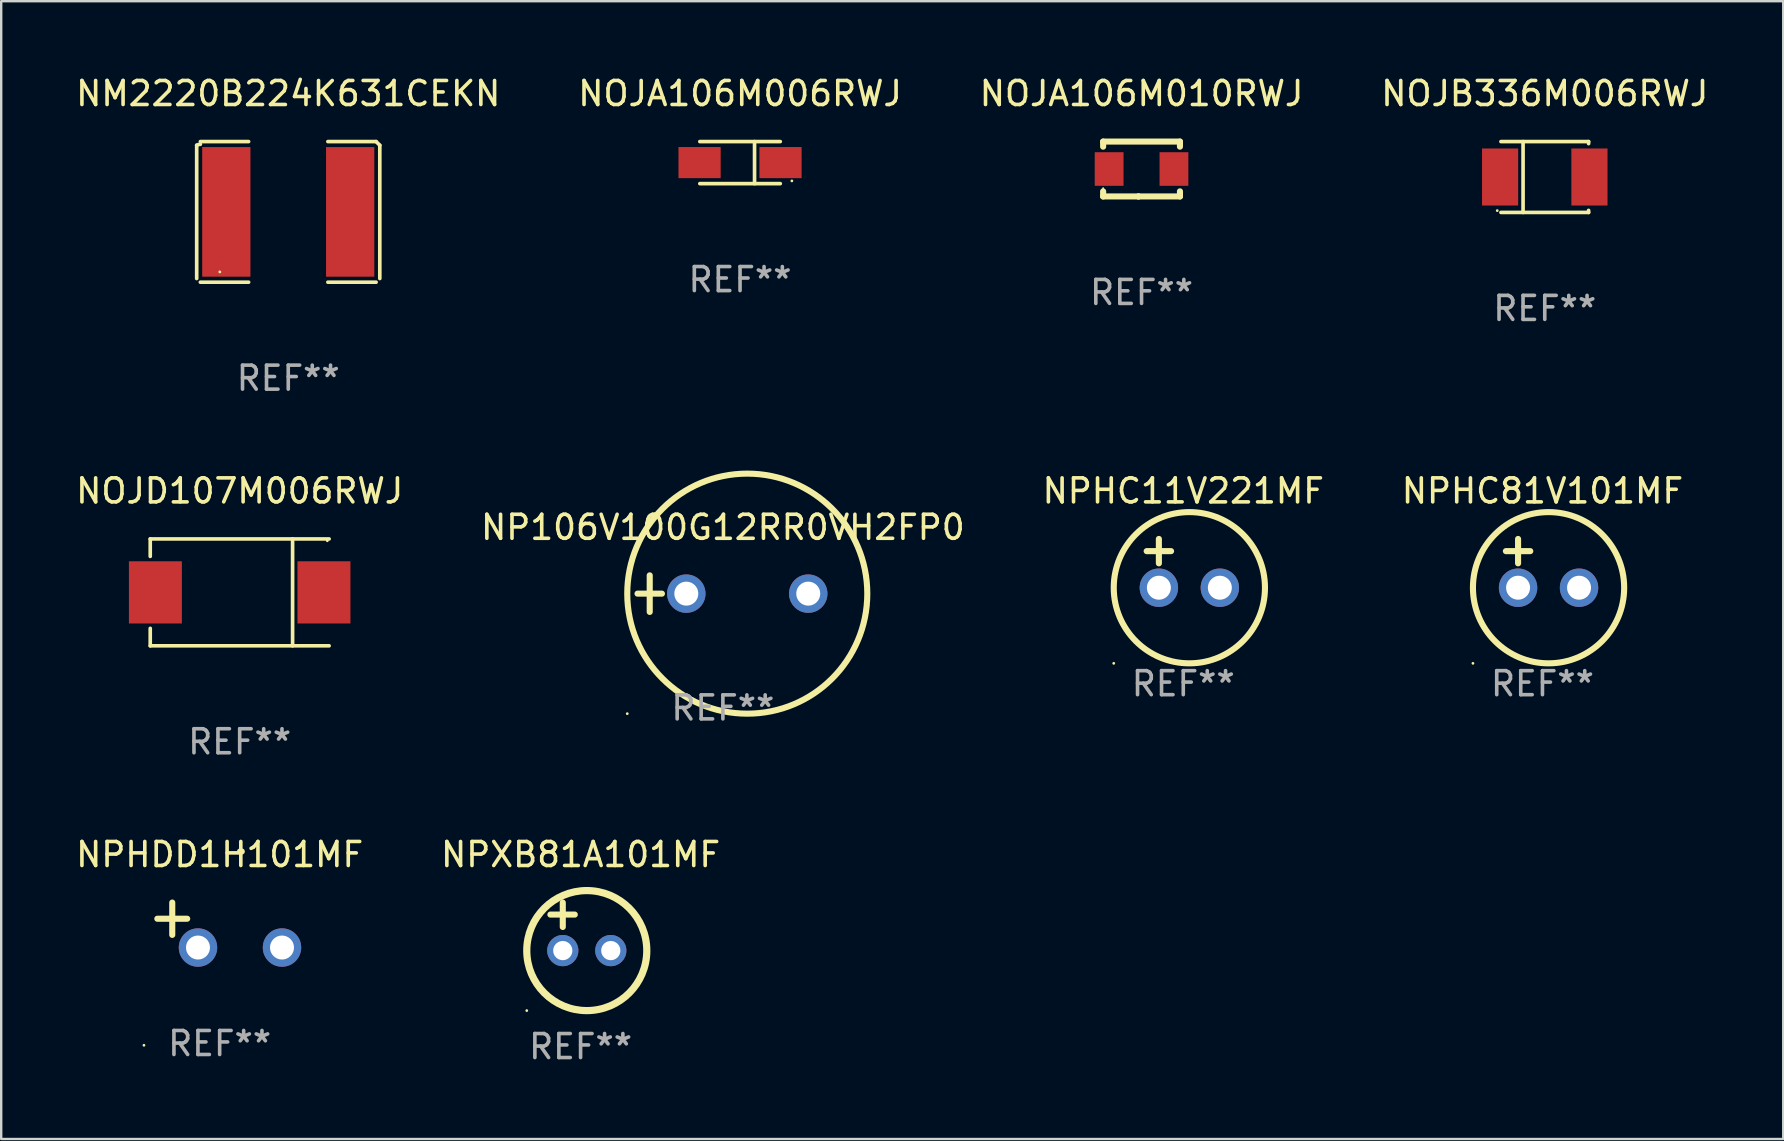
<source format=kicad_pcb>
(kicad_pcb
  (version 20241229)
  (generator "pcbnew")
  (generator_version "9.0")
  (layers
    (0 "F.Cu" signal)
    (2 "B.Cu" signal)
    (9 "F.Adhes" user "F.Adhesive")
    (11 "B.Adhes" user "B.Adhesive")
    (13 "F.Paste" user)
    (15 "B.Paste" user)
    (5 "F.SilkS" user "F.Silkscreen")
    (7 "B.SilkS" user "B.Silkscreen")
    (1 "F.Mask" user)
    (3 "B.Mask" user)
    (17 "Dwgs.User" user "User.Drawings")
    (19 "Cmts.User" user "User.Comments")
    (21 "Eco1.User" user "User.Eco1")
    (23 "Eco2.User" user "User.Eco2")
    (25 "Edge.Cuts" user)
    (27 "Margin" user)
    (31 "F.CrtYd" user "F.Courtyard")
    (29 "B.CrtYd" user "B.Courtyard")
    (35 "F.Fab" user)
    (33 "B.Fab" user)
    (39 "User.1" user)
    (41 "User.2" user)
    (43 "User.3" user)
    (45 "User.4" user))
  (footprint "NOJB336M006RWJ"
    (layer "F.Cu")
    (at 61.304 4.324)
    (property "Reference" "NOJB336M006RWJ" (at 0 -3.476 0) (layer "F.SilkS") (effects (font (size 1 1) (thickness 0.15))))
    (attr through_hole)
    (fp_line (start -0.904 1.476) (end -0.904 -1.476) (stroke (width 0.152) (type solid)) (layer "F.SilkS"))
    (fp_line (start 1.826 -1.476) (end -1.826 -1.476) (stroke (width 0.152) (type solid)) (layer "F.SilkS"))
    (fp_line (start 1.826 -1.476) (end 1.826 -1.391) (stroke (width 0.152) (type solid)) (layer "F.SilkS"))
    (fp_line (start 1.826 1.476) (end -1.826 1.476) (stroke (width 0.152) (type solid)) (layer "F.SilkS"))
    (fp_line (start 1.826 1.476) (end 1.826 1.391) (stroke (width 0.152) (type solid)) (layer "F.SilkS"))
    (fp_circle (center -1.98 1.4) (end -1.95 1.4) (stroke (width 0.06) (type solid)) (fill no) (layer "F.SilkS"))
    (fp_text user "REF**" (at 0 5.476 0) (layer "F.Fab") (effects (font (size 1 1) (thickness 0.15))))
    (pad "1" smd rect (at -1.861 0 180) (size 1.506 2.376) (layers "F.Cu" "F.Mask" "F.Paste"))
    (pad "2" smd rect (at 1.861 0 180) (size 1.506 2.376) (layers "F.Cu" "F.Mask" "F.Paste")))
  (footprint "NOJA106M006RWJ"
    (layer "F.Cu")
    (at 27.78 3.724)
    (property "Reference" "NOJA106M006RWJ" (at 0 -2.876 0) (layer "F.SilkS") (effects (font (size 1 1) (thickness 0.15))))
    (attr through_hole)
    (fp_line (start -1.676 -0.876) (end 1.676 -0.876) (stroke (width 0.152) (type solid)) (layer "F.SilkS"))
    (fp_line (start -1.676 0.876) (end 1.676 0.876) (stroke (width 0.152) (type solid)) (layer "F.SilkS"))
    (fp_line (start 0.604 -0.876) (end 0.604 0.876) (stroke (width 0.152) (type solid)) (layer "F.SilkS"))
    (fp_circle (center 2.159 0.762) (end 2.189 0.762) (stroke (width 0.06) (type solid)) (fill no) (layer "F.SilkS"))
    (fp_text user "REF**" (at 0 4.876 0) (layer "F.Fab") (effects (font (size 1 1) (thickness 0.15))))
    (pad "1" smd rect (at 1.686 0) (size 1.758 1.296) (layers "F.Cu" "F.Mask" "F.Paste"))
    (pad "2" smd rect (at -1.686 0) (size 1.758 1.296) (layers "F.Cu" "F.Mask" "F.Paste")))
  (footprint "NOJA106M010RWJ"
    (layer "F.Cu")
    (at 44.506 3.991)
    (property "Reference" "NOJA106M010RWJ" (at 0 -3.143 0) (layer "F.SilkS") (effects (font (size 1 1) (thickness 0.15))))
    (attr through_hole)
    (fp_line (start -1.6 1.143) (end -0.128 1.143) (stroke (width 0.254) (type solid)) (layer "F.SilkS"))
    (fp_line (start -1.6 -1.143) (end -1.6 -0.931) (stroke (width 0.254) (type solid)) (layer "F.SilkS"))
    (fp_line (start -1.6 -1.143) (end 1.6 -1.143) (stroke (width 0.254) (type solid)) (layer "F.SilkS"))
    (fp_line (start -1.6 0.931) (end -1.6 1.143) (stroke (width 0.254) (type solid)) (layer "F.SilkS"))
    (fp_line (start -0.128 1.143) (end -0.128 1.143) (stroke (width 0.254) (type solid)) (layer "F.SilkS"))
    (fp_line (start -0.128 1.143) (end 1.6 1.143) (stroke (width 0.254) (type solid)) (layer "F.SilkS"))
    (fp_line (start 1.6 -1.143) (end 1.6 -0.931) (stroke (width 0.254) (type solid)) (layer "F.SilkS"))
    (fp_line (start 1.6 0.931) (end 1.6 1.143) (stroke (width 0.254) (type solid)) (layer "F.SilkS"))
    (fp_circle (center -1.6 0.8) (end -1.58 0.8) (stroke (width 0.04) (type solid)) (fill no) (layer "F.SilkS"))
    (fp_text user "REF**" (at 0 5.143 0) (layer "F.Fab") (effects (font (size 1 1) (thickness 0.15))))
    (pad "1" smd rect (at -1.35 0) (size 1.2 1.4) (layers "F.Cu" "F.Mask" "F.Paste"))
    (pad "2" smd rect (at 1.35 0) (size 1.2 1.4) (layers "F.Cu" "F.Mask" "F.Paste")))
  (footprint "NPHC81V101MF"
    (layer "F.Cu")
    (at 61.208 20.418)
    (property "Reference" "NPHC81V101MF" (at 0 -3.016 0) (layer "F.SilkS") (effects (font (size 1 1) (thickness 0.15))))
    (attr through_hole)
    (fp_line (start -1.524 -0.508) (end -0.508 -0.508) (stroke (width 0.254) (type solid)) (layer "F.SilkS"))
    (fp_line (start -1.016 -1.016) (end -1.016 0) (stroke (width 0.254) (type solid)) (layer "F.SilkS"))
    (fp_circle (center -2.896 4.166) (end -2.866 4.166) (stroke (width 0.06) (type solid)) (fill no) (layer "F.SilkS"))
    (fp_circle (center 0.254 1.016) (end 3.404 1.016) (stroke (width 0.254) (type solid)) (fill no) (layer "F.SilkS"))
    (fp_text user "REF**" (at 0 5.016 0) (layer "F.Fab") (effects (font (size 1 1) (thickness 0.15))))
    (pad "1" thru_hole circle (at -1.016 1.016) (size 1.6 1.6) (drill 1) (layers "*.Cu" "*.Mask"))
    (pad "2" thru_hole circle (at 1.524 1.016) (size 1.6 1.6) (drill 1) (layers "*.Cu" "*.Mask")))
  (footprint "NM2220B224K631CEKN"
    (layer "F.Cu")
    (at 8.958 5.777)
    (property "Reference" "NM2220B224K631CEKN" (at 0 -4.929 0) (layer "F.SilkS") (effects (font (size 1 1) (thickness 0.15))))
    (attr through_hole)
    (fp_line (start -3.814 2.776) (end -3.814 -2.776) (stroke (width 0.152) (type solid)) (layer "F.SilkS"))
    (fp_line (start -3.661 -2.929) (end -1.651 -2.929) (stroke (width 0.152) (type solid)) (layer "F.SilkS"))
    (fp_line (start -1.651 2.929) (end -3.661 2.929) (stroke (width 0.152) (type solid)) (layer "F.SilkS"))
    (fp_line (start 1.651 2.929) (end 3.661 2.929) (stroke (width 0.152) (type solid)) (layer "F.SilkS"))
    (fp_line (start 3.661 -2.929) (end 1.651 -2.929) (stroke (width 0.152) (type solid)) (layer "F.SilkS"))
    (fp_line (start 3.814 2.776) (end 3.814 -2.776) (stroke (width 0.152) (type solid)) (layer "F.SilkS"))
    (fp_arc (start -3.813614 -2.7762) (mid -3.739925 -2.805625) (end -3.661214 -2.815646) (stroke (width 0.1524) (type solid)) (layer "F.SilkS"))
    (fp_arc (start 3.661214 -2.9286) (mid 3.737425 -2.852411) (end 3.813614 -2.7762) (stroke (width 0.1524) (type solid)) (layer "F.SilkS"))
    (fp_circle (center -2.85 2.5) (end -2.82 2.5) (stroke (width 0.06) (type solid)) (fill no) (layer "F.SilkS"))
    (fp_text user "REF**" (at 0 6.929 0) (layer "F.Fab") (effects (font (size 1 1) (thickness 0.15))))
    (pad "1" smd rect (at -2.58 0) (size 2.01 5.4) (layers "F.Cu" "F.Mask" "F.Paste"))
    (pad "2" smd rect (at 2.58 0) (size 2.01 5.4) (layers "F.Cu" "F.Mask" "F.Paste")))
  (footprint "NPHC11V221MF"
    (layer "F.Cu")
    (at 46.244 20.418)
    (property "Reference" "NPHC11V221MF" (at 0 -3.016 0) (layer "F.SilkS") (effects (font (size 1 1) (thickness 0.15))))
    (attr through_hole)
    (fp_line (start -1.524 -0.508) (end -0.508 -0.508) (stroke (width 0.254) (type solid)) (layer "F.SilkS"))
    (fp_line (start -1.016 -1.016) (end -1.016 0) (stroke (width 0.254) (type solid)) (layer "F.SilkS"))
    (fp_circle (center -2.896 4.166) (end -2.866 4.166) (stroke (width 0.06) (type solid)) (fill no) (layer "F.SilkS"))
    (fp_circle (center 0.254 1.016) (end 3.404 1.016) (stroke (width 0.254) (type solid)) (fill no) (layer "F.SilkS"))
    (fp_text user "REF**" (at 0 5.016 0) (layer "F.Fab") (effects (font (size 1 1) (thickness 0.15))))
    (pad "1" thru_hole circle (at -1.016 1.016) (size 1.6 1.6) (drill 1) (layers "*.Cu" "*.Mask"))
    (pad "2" thru_hole circle (at 1.524 1.016) (size 1.6 1.6) (drill 1) (layers "*.Cu" "*.Mask")))
  (footprint "NOJD107M006RWJ"
    (layer "F.Cu")
    (at 6.935 21.628)
    (property "Reference" "NOJD107M006RWJ" (at 0 -4.226 0) (layer "F.SilkS") (effects (font (size 1 1) (thickness 0.15))))
    (attr through_hole)
    (fp_line (start -3.726 -2.226) (end -3.726 -1.499) (stroke (width 0.152) (type solid)) (layer "F.SilkS"))
    (fp_line (start -3.726 -2.226) (end 3.726 -2.226) (stroke (width 0.152) (type solid)) (layer "F.SilkS"))
    (fp_line (start -3.726 2.226) (end -3.726 1.499) (stroke (width 0.152) (type solid)) (layer "F.SilkS"))
    (fp_line (start -3.726 2.226) (end 3.726 2.226) (stroke (width 0.152) (type solid)) (layer "F.SilkS"))
    (fp_line (start 2.204 -2.226) (end 2.204 2.226) (stroke (width 0.152) (type solid)) (layer "F.SilkS"))
    (fp_circle (center 3.65 -2.15) (end 3.68 -2.15) (stroke (width 0.06) (type solid)) (fill no) (layer "F.SilkS"))
    (fp_text user "REF**" (at 0 6.226 0) (layer "F.Fab") (effects (font (size 1 1) (thickness 0.15))))
    (pad "1" smd rect (at 3.511 0) (size 2.207 2.592) (layers "F.Cu" "F.Mask" "F.Paste"))
    (pad "2" smd rect (at -3.511 0) (size 2.207 2.592) (layers "F.Cu" "F.Mask" "F.Paste")))
  (footprint "NPXB81A101MF"
    (layer "F.Cu")
    (at 21.137 35.551)
    (property "Reference" "NPXB81A101MF" (at 0 -3 0) (layer "F.SilkS") (effects (font (size 1 1) (thickness 0.15))))
    (attr through_hole)
    (fp_line (start -1.258 -0.5) (end -0.242 -0.5) (stroke (width 0.254) (type solid)) (layer "F.SilkS"))
    (fp_line (start -0.742 -1) (end -0.742 0.016) (stroke (width 0.254) (type solid)) (layer "F.SilkS"))
    (fp_circle (center -2.242 3.5) (end -2.212 3.5) (stroke (width 0.06) (type solid)) (fill no) (layer "F.SilkS"))
    (fp_circle (center 0.258 1) (end 2.758 1) (stroke (width 0.3) (type solid)) (fill no) (layer "F.SilkS"))
    (fp_text user "REF**" (at 0 5 0) (layer "F.Fab") (effects (font (size 1 1) (thickness 0.15))))
    (pad "1" thru_hole circle (at -0.742 1) (size 1.3 1.3) (drill 0.8) (layers "*.Cu" "*.Mask"))
    (pad "2" thru_hole circle (at 1.258 1) (size 1.3 1.3) (drill 0.8) (layers "*.Cu" "*.Mask")))
  (footprint "NPHDD1H101MF"
    (layer "F.Cu")
    (at 6.101 35.487)
    (property "Reference" "NPHDD1H101MF" (at 0 -2.937 0) (layer "F.SilkS") (effects (font (size 1 1) (thickness 0.15))))
    (attr through_hole)
    (fp_line (start -1.975 0.41) (end -1.975 -0.937) (stroke (width 0.254) (type solid)) (layer "F.SilkS"))
    (fp_line (start -1.353 -0.263) (end -2.597 -0.263) (stroke (width 0.254) (type solid)) (layer "F.SilkS"))
    (fp_arc (start 0.849809 -3.063957) (mid 0.885369 -3.064114) (end 0.920929 -3.063957) (stroke (width 0.254001) (type solid)) (layer "F.SilkS"))
    (fp_circle (center -3.154 5.008) (end -3.124 5.008) (stroke (width 0.06) (type solid)) (fill no) (layer "F.SilkS"))
    (fp_text user "REF**" (at 0 4.937 0) (layer "F.Fab") (effects (font (size 1 1) (thickness 0.15))))
    (pad "1" thru_hole circle (at -0.903 0.937) (size 1.6 1.6) (drill 1) (layers "*.Cu" "*.Mask"))
    (pad "2" thru_hole circle (at 2.597 0.937) (size 1.6 1.6) (drill 1) (layers "*.Cu" "*.Mask")))
  (footprint "NP106V100G12RR0VH2FP0"
    (layer "F.Cu")
    (at 27.065 21.681)
    (property "Reference" "NP106V100G12RR0VH2FP0" (at 0 -2.762 0) (layer "F.SilkS") (effects (font (size 1 1) (thickness 0.15))))
    (attr through_hole)
    (fp_line (start -3.556 0) (end -2.54 0) (stroke (width 0.254) (type solid)) (layer "F.SilkS"))
    (fp_line (start -3.048 -0.762) (end -3.048 0.762) (stroke (width 0.254) (type solid)) (layer "F.SilkS"))
    (fp_circle (center -3.984 5) (end -3.954 5) (stroke (width 0.06) (type solid)) (fill no) (layer "F.SilkS"))
    (fp_circle (center 1.016 0) (end 6.016 0) (stroke (width 0.254) (type solid)) (fill no) (layer "F.SilkS"))
    (fp_text user "REF**" (at 0 4.762 0) (layer "F.Fab") (effects (font (size 1 1) (thickness 0.15))))
    (pad "1" thru_hole circle (at -1.524 0) (size 1.6 1.6) (drill 1) (layers "*.Cu" "*.Mask"))
    (pad "2" thru_hole circle (at 3.556 0) (size 1.6 1.6) (drill 1) (layers "*.Cu" "*.Mask")))
  (gr_rect
    (start -3 -3)
    (end 71.238 44.399)
    (stroke (width 0.1) (type default))
    (fill no)
    (layer "Edge.Cuts")))
</source>
